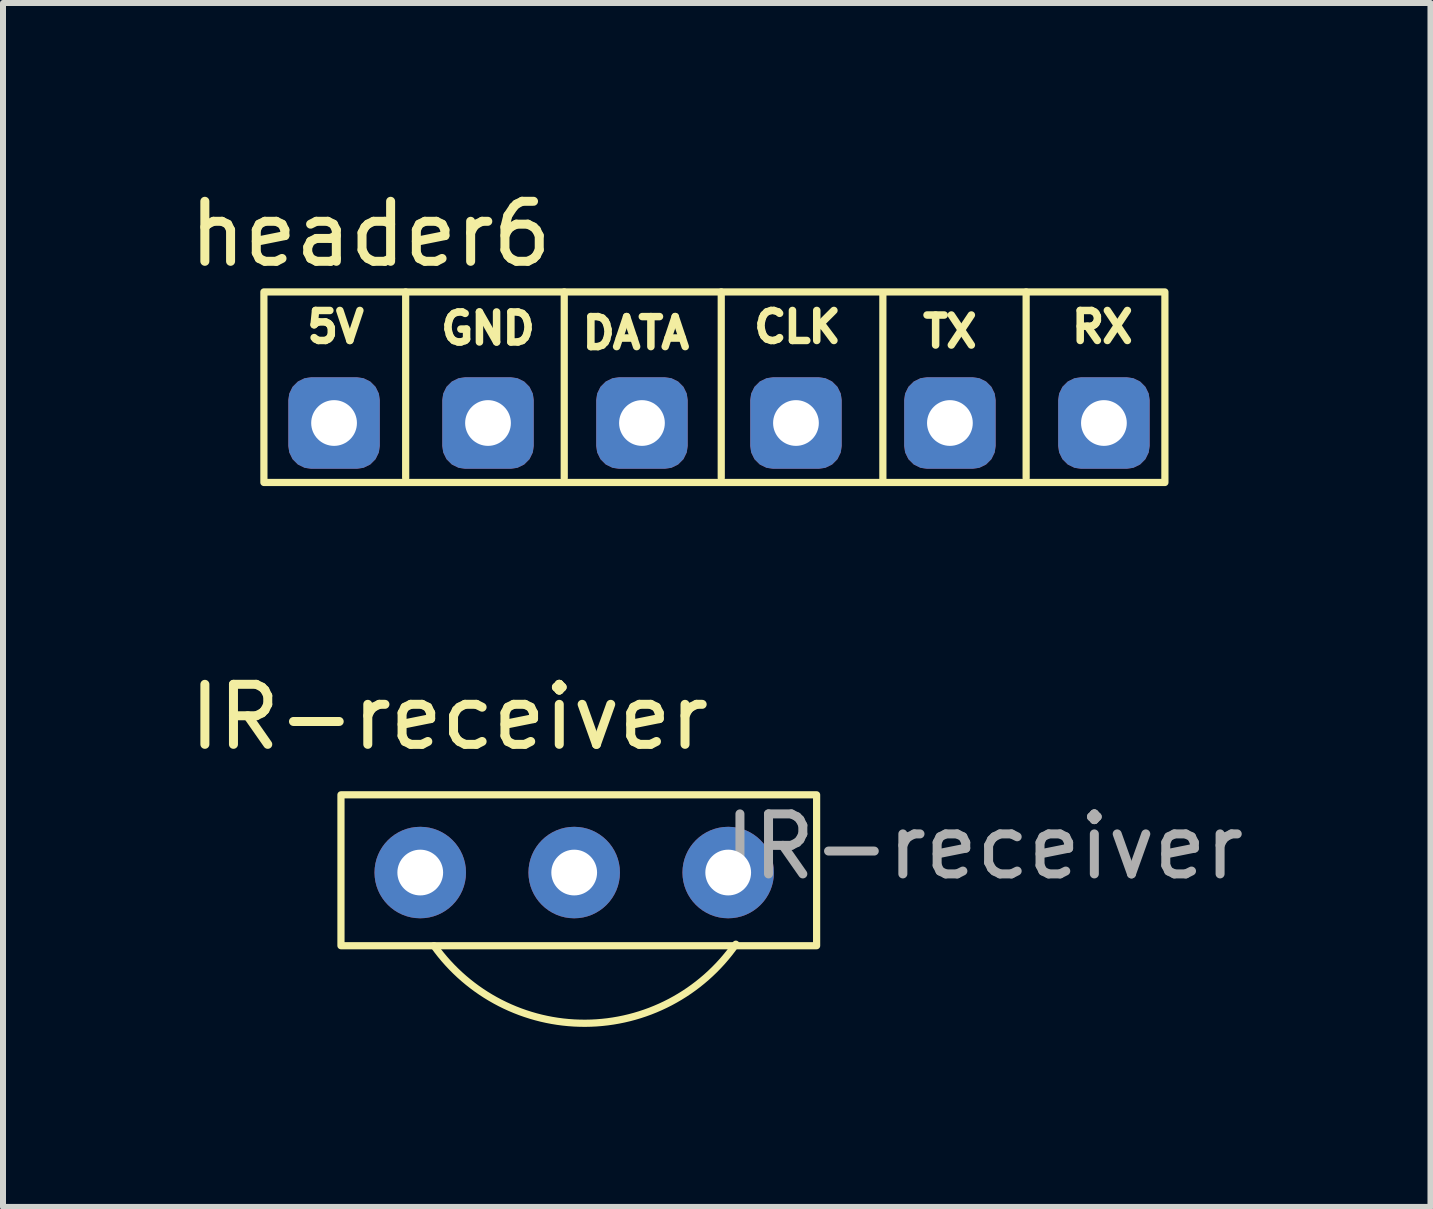
<source format=kicad_pcb>
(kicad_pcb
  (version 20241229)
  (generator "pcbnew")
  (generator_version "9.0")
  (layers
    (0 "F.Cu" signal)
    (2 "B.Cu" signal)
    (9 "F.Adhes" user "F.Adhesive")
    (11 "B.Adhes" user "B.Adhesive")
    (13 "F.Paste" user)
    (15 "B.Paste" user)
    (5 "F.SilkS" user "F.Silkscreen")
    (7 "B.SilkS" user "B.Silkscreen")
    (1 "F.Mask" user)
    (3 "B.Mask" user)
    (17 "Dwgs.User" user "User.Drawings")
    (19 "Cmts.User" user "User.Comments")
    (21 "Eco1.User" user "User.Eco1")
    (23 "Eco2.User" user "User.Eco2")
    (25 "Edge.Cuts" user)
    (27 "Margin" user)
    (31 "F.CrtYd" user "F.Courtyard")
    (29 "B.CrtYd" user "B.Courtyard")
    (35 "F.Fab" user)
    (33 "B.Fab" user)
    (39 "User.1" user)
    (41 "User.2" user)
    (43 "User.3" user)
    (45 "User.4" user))
  (footprint "IR-receiver"
    (layer "F.Cu")
    (at 3.952 11.488)
    (property "Reference" "IR-receiver" (at 0.483 -2.591 0) (unlocked yes) (layer "F.SilkS") (effects (font (size 1 1) (thickness 0.15))))
    (attr through_hole)
    (fp_rect (start -1.321 -1.295) (end 6.604 1.219) (stroke (width 0.12) (type solid)) (fill no) (layer "F.SilkS"))
    (fp_arc (start 5.258313 1.1938) (mid 2.750046 2.511243) (end 0.2286 1.2192) (stroke (width 0.12) (type solid)) (layer "F.SilkS"))
    (fp_text user "${REFERENCE}" (at 9.398 -0.432 0) (unlocked yes) (layer "F.Fab") (effects (font (size 1 1) (thickness 0.15))))
    (pad "1" thru_hole circle (at 0 0) (size 1.524 1.524) (drill 0.762) (layers "*.Cu" "*.Mask"))
    (pad "2" thru_hole circle (at 2.565 0) (size 1.524 1.524) (drill 0.762) (layers "*.Cu" "*.Mask"))
    (pad "3" thru_hole circle (at 5.131 0) (size 1.524 1.524) (drill 0.762) (layers "*.Cu" "*.Mask")))
  (footprint "header6"
    (layer "F.Cu")
    (at 8.891 3.541)
    (property "Reference" "header6" (at -5.766 -2.692 0) (unlocked yes) (layer "F.SilkS") (effects (font (size 1 1) (thickness 0.15))))
    (attr through_hole)
    (fp_line (start -5.182 -1.727) (end -5.182 1.372) (stroke (width 0.12) (type solid)) (layer "F.SilkS"))
    (fp_line (start -2.54 -1.727) (end -2.54 1.372) (stroke (width 0.12) (type solid)) (layer "F.SilkS"))
    (fp_line (start 0.076 -1.727) (end 0.076 1.372) (stroke (width 0.12) (type solid)) (layer "F.SilkS"))
    (fp_line (start 2.769 -1.676) (end 2.769 1.422) (stroke (width 0.12) (type solid)) (layer "F.SilkS"))
    (fp_line (start 5.156 -1.727) (end 5.156 1.372) (stroke (width 0.12) (type solid)) (layer "F.SilkS"))
    (fp_rect (start -7.544 -1.727) (end 7.468 1.448) (stroke (width 0.12) (type solid)) (fill no) (layer "F.SilkS"))
    (fp_text user "GND" (at -3.81 -1.118 0) (unlocked yes) (layer "F.SilkS") (effects (font (size 0.5 0.5) (thickness 0.125))))
    (fp_text user "DATA" (at -1.346 -1.041 0) (unlocked yes) (layer "F.SilkS") (effects (font (size 0.5 0.5) (thickness 0.125))))
    (fp_text user "TX" (at 3.886 -1.067 0) (unlocked yes) (layer "F.SilkS") (effects (font (size 0.5 0.5) (thickness 0.125))))
    (fp_text user "CLK" (at 1.346 -1.143 0) (unlocked yes) (layer "F.SilkS") (effects (font (size 0.5 0.5) (thickness 0.125))))
    (fp_text user "5V" (at -6.35 -1.143 0) (unlocked yes) (layer "F.SilkS") (effects (font (size 0.5 0.5) (thickness 0.125))))
    (fp_text user "RX" (at 6.426 -1.143 0) (unlocked yes) (layer "F.SilkS") (effects (font (size 0.5 0.5) (thickness 0.125))))
    (pad "1" thru_hole roundrect (at -6.375 0.457) (size 1.524 1.524) (drill 0.762) (layers "*.Cu" "*.Mask") (roundrect_rratio 0.25))
    (pad "2" thru_hole roundrect (at -3.81 0.457) (size 1.524 1.524) (drill 0.762) (layers "*.Cu" "*.Mask") (roundrect_rratio 0.25))
    (pad "3" thru_hole roundrect (at -1.245 0.457) (size 1.524 1.524) (drill 0.762) (layers "*.Cu" "*.Mask") (roundrect_rratio 0.25))
    (pad "4" thru_hole roundrect (at 1.321 0.457) (size 1.524 1.524) (drill 0.762) (layers "*.Cu" "*.Mask") (roundrect_rratio 0.25))
    (pad "5" thru_hole roundrect (at 3.886 0.457) (size 1.524 1.524) (drill 0.762) (layers "*.Cu" "*.Mask") (roundrect_rratio 0.25))
    (pad "6" thru_hole roundrect (at 6.452 0.457) (size 1.524 1.524) (drill 0.762) (layers "*.Cu" "*.Mask") (roundrect_rratio 0.25)))
  (gr_rect
    (start -3 -3)
    (end 20.784 17.059)
    (stroke (width 0.1) (type default))
    (fill no)
    (layer "Edge.Cuts")))
</source>
